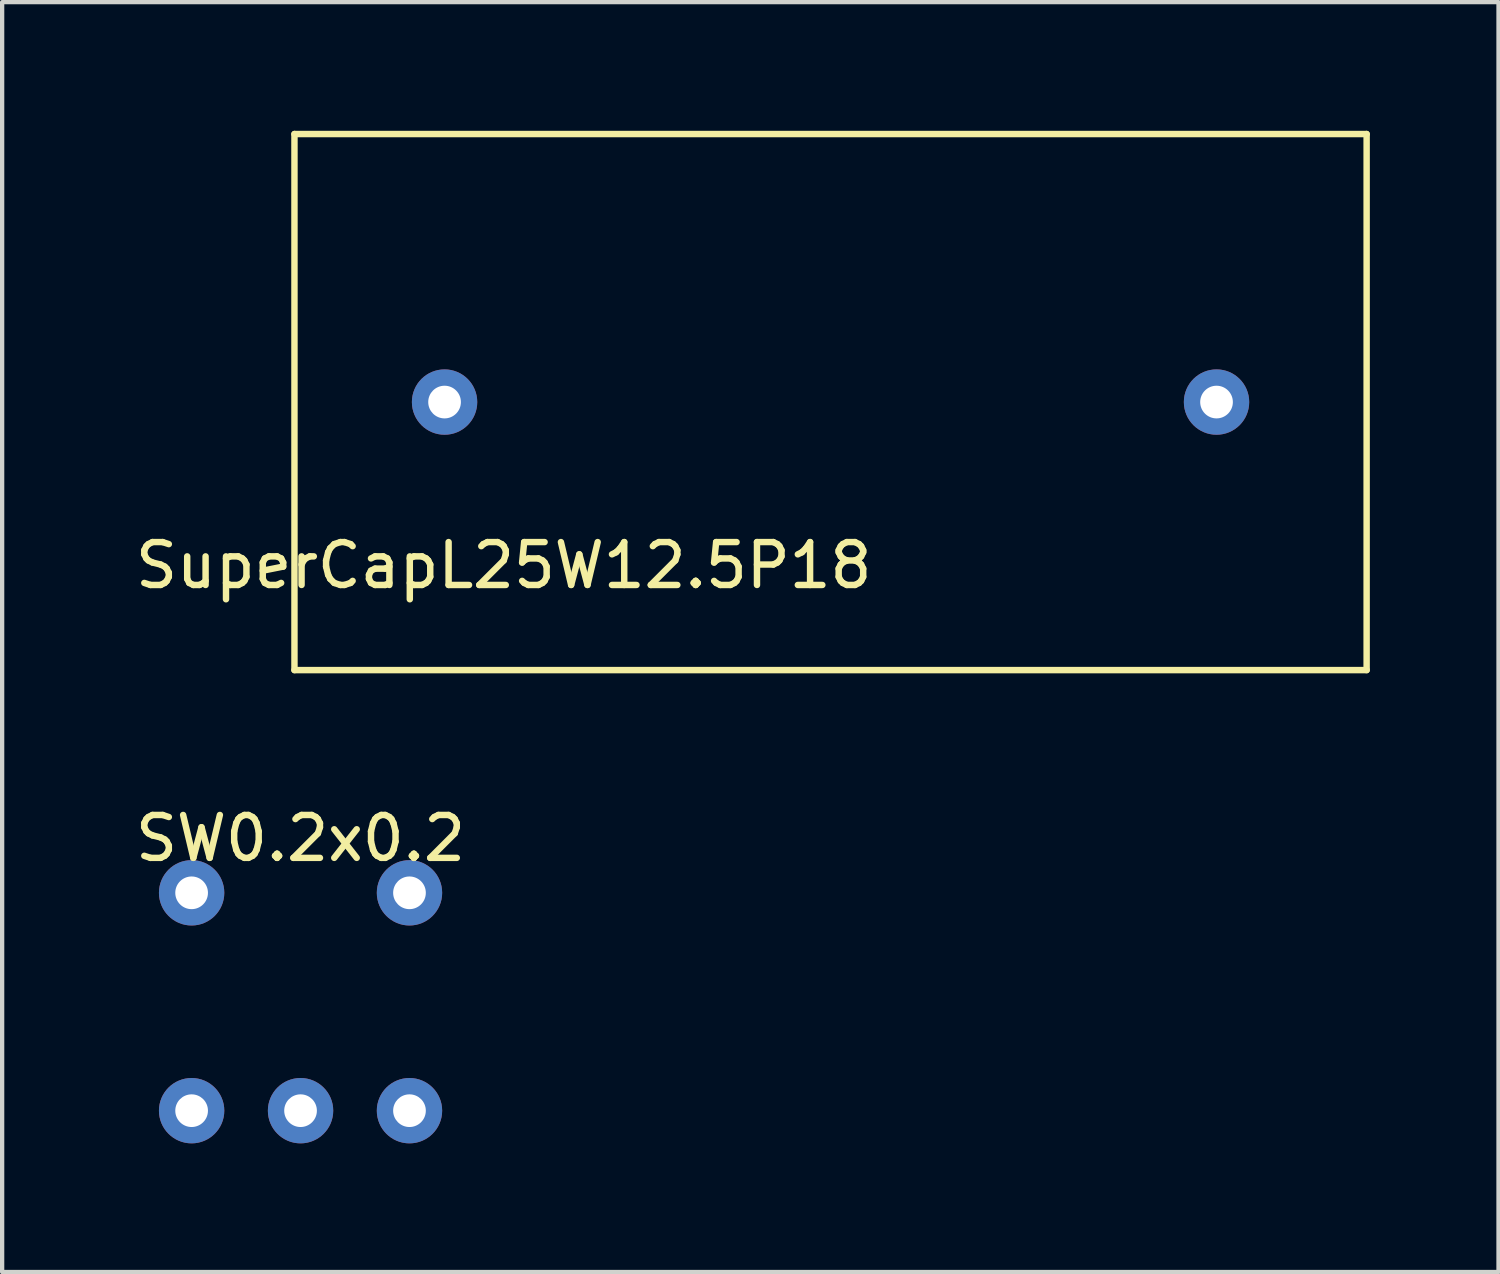
<source format=kicad_pcb>
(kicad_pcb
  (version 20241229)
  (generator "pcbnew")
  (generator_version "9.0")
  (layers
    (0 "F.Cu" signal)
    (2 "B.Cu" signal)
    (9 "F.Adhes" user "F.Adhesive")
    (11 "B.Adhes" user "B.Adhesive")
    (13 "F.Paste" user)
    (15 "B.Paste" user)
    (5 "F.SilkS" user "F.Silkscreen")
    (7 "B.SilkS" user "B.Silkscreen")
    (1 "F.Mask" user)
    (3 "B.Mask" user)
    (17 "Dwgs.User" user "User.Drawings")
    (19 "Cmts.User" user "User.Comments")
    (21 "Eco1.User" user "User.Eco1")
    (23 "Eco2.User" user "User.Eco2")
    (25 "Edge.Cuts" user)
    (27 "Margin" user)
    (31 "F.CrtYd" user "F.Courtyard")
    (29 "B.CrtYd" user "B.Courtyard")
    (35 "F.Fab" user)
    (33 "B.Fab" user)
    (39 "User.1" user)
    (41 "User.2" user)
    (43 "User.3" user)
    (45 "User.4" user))
  (footprint "SuperCapL25W12.5P18"
    (layer "F.Cu")
    (at 16.316 6.325)
    (property "Reference" "SuperCapL25W12.5P18" (at -7.62 3.81 0) (layer "F.SilkS") (effects (font (size 1 1) (thickness 0.15))))
    (attr through_hole)
    (fp_line (start -12.5 -6.25) (end 12.5 -6.25) (stroke (width 0.15) (type solid)) (layer "F.SilkS"))
    (fp_line (start -12.5 6.25) (end -12.5 -6.25) (stroke (width 0.15) (type solid)) (layer "F.SilkS"))
    (fp_line (start 12.5 -6.25) (end 12.5 6.25) (stroke (width 0.15) (type solid)) (layer "F.SilkS"))
    (fp_line (start 12.5 6.25) (end -12.5 6.25) (stroke (width 0.15) (type solid)) (layer "F.SilkS"))
    (pad "1" thru_hole circle (at -9 0) (size 1.524 1.524) (drill 0.762) (layers "*.Cu" "*.Mask"))
    (pad "2" thru_hole circle (at 9 0) (size 1.524 1.524) (drill 0.762) (layers "*.Cu" "*.Mask")))
  (footprint "SW0.2x0.2"
    (layer "F.Cu")
    (at 3.958 22.848)
    (property "Reference" "SW0.2x0.2" (at 0 -6.35 0) (layer "F.SilkS") (effects (font (size 1 1) (thickness 0.15))))
    (attr through_hole)
    (pad "1" thru_hole circle (at -2.54 0) (size 1.524 1.524) (drill 0.762) (layers "*.Cu" "*.Mask"))
    (pad "2" thru_hole circle (at 0 0) (size 1.524 1.524) (drill 0.762) (layers "*.Cu" "*.Mask"))
    (pad "3" thru_hole circle (at 2.54 0) (size 1.524 1.524) (drill 0.762) (layers "*.Cu" "*.Mask"))
    (pad "4" thru_hole circle (at -2.54 -5.08) (size 1.524 1.524) (drill 0.762) (layers "*.Cu" "*.Mask"))
    (pad "5" thru_hole circle (at 2.54 -5.08) (size 1.524 1.524) (drill 0.762) (layers "*.Cu" "*.Mask")))
  (gr_rect
    (start -3 -3)
    (end 31.891 26.61)
    (stroke (width 0.1) (type default))
    (fill no)
    (layer "Edge.Cuts")))
</source>
